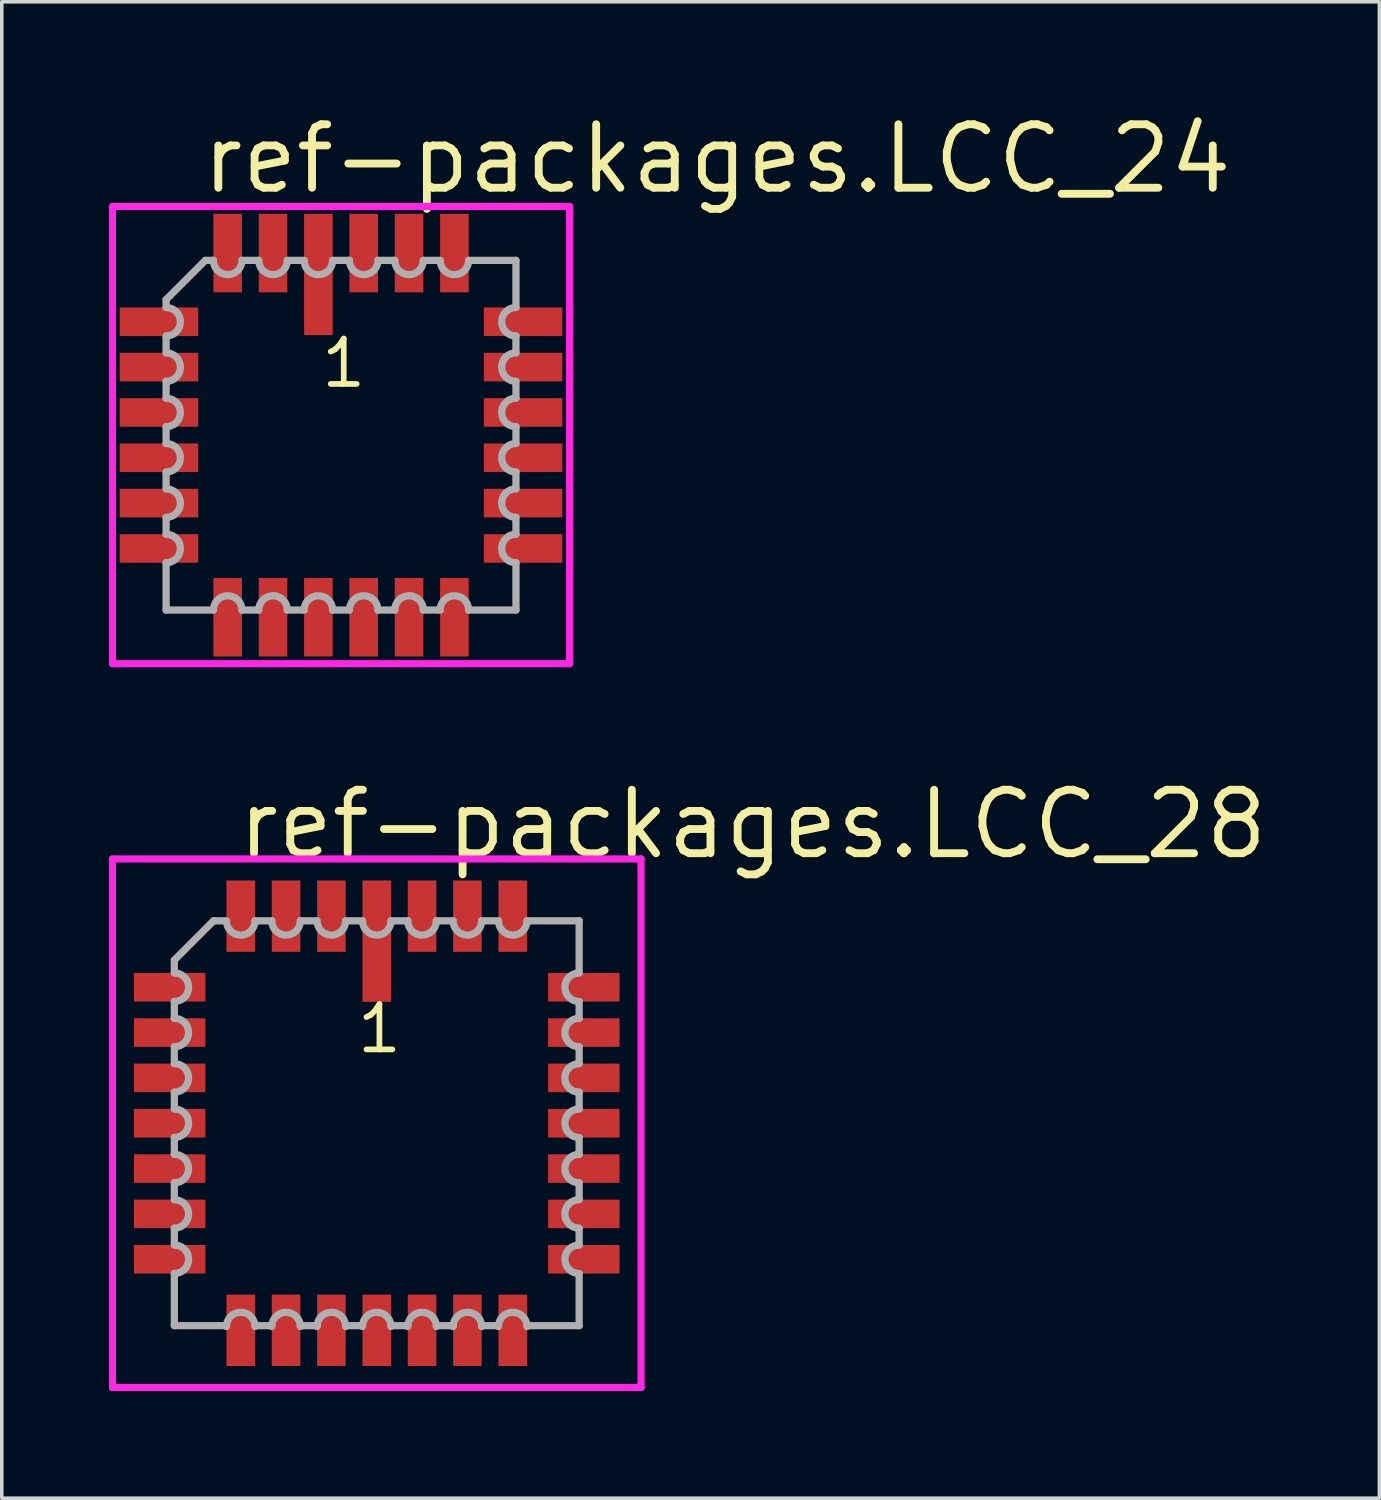
<source format=kicad_pcb>
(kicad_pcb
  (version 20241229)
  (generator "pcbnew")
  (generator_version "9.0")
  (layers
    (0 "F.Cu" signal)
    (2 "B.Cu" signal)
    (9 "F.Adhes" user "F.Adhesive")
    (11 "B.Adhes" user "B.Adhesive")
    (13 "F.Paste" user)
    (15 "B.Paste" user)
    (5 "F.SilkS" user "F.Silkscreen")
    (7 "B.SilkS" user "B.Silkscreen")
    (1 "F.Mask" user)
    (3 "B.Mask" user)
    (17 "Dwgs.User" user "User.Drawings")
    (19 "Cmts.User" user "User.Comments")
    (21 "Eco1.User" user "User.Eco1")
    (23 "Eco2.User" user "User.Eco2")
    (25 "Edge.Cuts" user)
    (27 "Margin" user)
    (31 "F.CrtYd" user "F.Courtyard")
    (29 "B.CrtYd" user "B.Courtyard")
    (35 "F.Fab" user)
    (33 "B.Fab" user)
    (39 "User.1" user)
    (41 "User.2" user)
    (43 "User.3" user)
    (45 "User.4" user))
  (footprint "ref-packages.LCC_28"
    (layer "F.Cu")
    (at 7.503 28.414)
    (property "Reference" "ref-packages.LCC_28" (at -4.005 -7.335 0) (layer "F.SilkS") (effects (font (size 1.778 1.778) (thickness 0.22)) (justify left bottom)))
    (attr smd)
    (fp_line (start -7.403 -7.403) (end 7.403 -7.403) (stroke (width 0.2) (type default)) (layer "F.CrtYd"))
    (fp_line (start -7.403 7.403) (end -7.403 -7.403) (stroke (width 0.2) (type default)) (layer "F.CrtYd"))
    (fp_line (start 7.403 -7.403) (end 7.403 7.403) (stroke (width 0.2) (type default)) (layer "F.CrtYd"))
    (fp_line (start 7.403 7.403) (end -7.403 7.403) (stroke (width 0.2) (type default)) (layer "F.CrtYd"))
    (fp_line (start -5.67 -4.57) (end -5.67 -4.21) (stroke (width 0.203) (type default)) (layer "F.Fab"))
    (fp_line (start -5.67 -3.41) (end -5.67 -2.94) (stroke (width 0.203) (type default)) (layer "F.Fab"))
    (fp_line (start -5.67 -2.14) (end -5.67 -1.67) (stroke (width 0.203) (type default)) (layer "F.Fab"))
    (fp_line (start -5.67 -0.87) (end -5.67 -0.4) (stroke (width 0.203) (type default)) (layer "F.Fab"))
    (fp_line (start -5.67 0.4) (end -5.67 0.87) (stroke (width 0.203) (type default)) (layer "F.Fab"))
    (fp_line (start -5.67 1.67) (end -5.67 2.14) (stroke (width 0.203) (type default)) (layer "F.Fab"))
    (fp_line (start -5.67 2.94) (end -5.67 3.41) (stroke (width 0.203) (type default)) (layer "F.Fab"))
    (fp_line (start -5.67 4.21) (end -5.67 5.67) (stroke (width 0.203) (type default)) (layer "F.Fab"))
    (fp_line (start -5.67 5.67) (end -4.21 5.67) (stroke (width 0.203) (type default)) (layer "F.Fab"))
    (fp_line (start -4.57 -5.67) (end -5.67 -4.57) (stroke (width 0.203) (type default)) (layer "F.Fab"))
    (fp_line (start -4.21 -5.67) (end -4.57 -5.67) (stroke (width 0.203) (type default)) (layer "F.Fab"))
    (fp_line (start -3.41 5.67) (end -2.94 5.67) (stroke (width 0.203) (type default)) (layer "F.Fab"))
    (fp_line (start -2.94 -5.67) (end -3.41 -5.67) (stroke (width 0.203) (type default)) (layer "F.Fab"))
    (fp_line (start -2.14 5.67) (end -1.67 5.67) (stroke (width 0.203) (type default)) (layer "F.Fab"))
    (fp_line (start -1.67 -5.67) (end -2.14 -5.67) (stroke (width 0.203) (type default)) (layer "F.Fab"))
    (fp_line (start -0.87 5.67) (end -0.4 5.67) (stroke (width 0.203) (type default)) (layer "F.Fab"))
    (fp_line (start -0.4 -5.67) (end -0.87 -5.67) (stroke (width 0.203) (type default)) (layer "F.Fab"))
    (fp_line (start 0.4 5.67) (end 0.87 5.67) (stroke (width 0.203) (type default)) (layer "F.Fab"))
    (fp_line (start 0.87 -5.67) (end 0.4 -5.67) (stroke (width 0.203) (type default)) (layer "F.Fab"))
    (fp_line (start 1.67 5.67) (end 2.14 5.67) (stroke (width 0.203) (type default)) (layer "F.Fab"))
    (fp_line (start 2.14 -5.67) (end 1.67 -5.67) (stroke (width 0.203) (type default)) (layer "F.Fab"))
    (fp_line (start 2.94 5.67) (end 3.41 5.67) (stroke (width 0.203) (type default)) (layer "F.Fab"))
    (fp_line (start 3.41 -5.67) (end 2.94 -5.67) (stroke (width 0.203) (type default)) (layer "F.Fab"))
    (fp_line (start 4.21 5.67) (end 5.67 5.67) (stroke (width 0.203) (type default)) (layer "F.Fab"))
    (fp_line (start 5.67 -5.67) (end 4.21 -5.67) (stroke (width 0.203) (type default)) (layer "F.Fab"))
    (fp_line (start 5.67 -4.21) (end 5.67 -5.67) (stroke (width 0.203) (type default)) (layer "F.Fab"))
    (fp_line (start 5.67 -2.94) (end 5.67 -3.41) (stroke (width 0.203) (type default)) (layer "F.Fab"))
    (fp_line (start 5.67 -1.67) (end 5.67 -2.14) (stroke (width 0.203) (type default)) (layer "F.Fab"))
    (fp_line (start 5.67 -0.4) (end 5.67 -0.87) (stroke (width 0.203) (type default)) (layer "F.Fab"))
    (fp_line (start 5.67 0.87) (end 5.67 0.4) (stroke (width 0.203) (type default)) (layer "F.Fab"))
    (fp_line (start 5.67 2.14) (end 5.67 1.67) (stroke (width 0.203) (type default)) (layer "F.Fab"))
    (fp_line (start 5.67 3.41) (end 5.67 2.94) (stroke (width 0.203) (type default)) (layer "F.Fab"))
    (fp_line (start 5.67 5.67) (end 5.67 4.21) (stroke (width 0.203) (type default)) (layer "F.Fab"))
    (fp_arc (start -5.6701 -4.21) (mid -5.2701 -3.81) (end -5.6701 -3.41) (stroke (width 0.2032) (type default)) (layer "F.Fab"))
    (fp_arc (start -5.6701 -2.94) (mid -5.2701 -2.54) (end -5.6701 -2.14) (stroke (width 0.2032) (type default)) (layer "F.Fab"))
    (fp_arc (start -5.6701 -1.67) (mid -5.2701 -1.27) (end -5.6701 -0.87) (stroke (width 0.2032) (type default)) (layer "F.Fab"))
    (fp_arc (start -5.6701 -0.4001) (mid -5.27 0) (end -5.6701 0.4001) (stroke (width 0.2032) (type default)) (layer "F.Fab"))
    (fp_arc (start -5.6701 0.8699) (mid -5.27 1.27) (end -5.6701 1.6701) (stroke (width 0.2032) (type default)) (layer "F.Fab"))
    (fp_arc (start -5.6701 2.1399) (mid -5.27 2.54) (end -5.6701 2.9401) (stroke (width 0.2032) (type default)) (layer "F.Fab"))
    (fp_arc (start -5.6701 3.4099) (mid -5.27 3.81) (end -5.6701 4.2101) (stroke (width 0.2032) (type default)) (layer "F.Fab"))
    (fp_arc (start -4.2101 5.6951) (mid -3.81 5.295) (end -3.4099 5.6951) (stroke (width 0.2032) (type default)) (layer "F.Fab"))
    (fp_arc (start -3.4099 -5.6701) (mid -3.81 -5.27) (end -4.2101 -5.6701) (stroke (width 0.2032) (type default)) (layer "F.Fab"))
    (fp_arc (start -2.9401 5.6951) (mid -2.54 5.295) (end -2.1399 5.6951) (stroke (width 0.2032) (type default)) (layer "F.Fab"))
    (fp_arc (start -2.1399 -5.6701) (mid -2.54 -5.27) (end -2.9401 -5.6701) (stroke (width 0.2032) (type default)) (layer "F.Fab"))
    (fp_arc (start -1.6701 5.6951) (mid -1.27 5.295) (end -0.8699 5.6951) (stroke (width 0.2032) (type default)) (layer "F.Fab"))
    (fp_arc (start -0.8699 -5.6701) (mid -1.27 -5.27) (end -1.6701 -5.6701) (stroke (width 0.2032) (type default)) (layer "F.Fab"))
    (fp_arc (start -0.4001 5.6951) (mid 0 5.295) (end 0.4001 5.6951) (stroke (width 0.2032) (type default)) (layer "F.Fab"))
    (fp_arc (start 0.4001 -5.6701) (mid 0 -5.27) (end -0.4001 -5.6701) (stroke (width 0.2032) (type default)) (layer "F.Fab"))
    (fp_arc (start 0.87 5.6951) (mid 1.27 5.2951) (end 1.67 5.6951) (stroke (width 0.2032) (type default)) (layer "F.Fab"))
    (fp_arc (start 1.67 -5.6701) (mid 1.27 -5.2701) (end 0.87 -5.6701) (stroke (width 0.2032) (type default)) (layer "F.Fab"))
    (fp_arc (start 2.14 5.6951) (mid 2.54 5.2951) (end 2.94 5.6951) (stroke (width 0.2032) (type default)) (layer "F.Fab"))
    (fp_arc (start 2.94 -5.6701) (mid 2.54 -5.2701) (end 2.14 -5.6701) (stroke (width 0.2032) (type default)) (layer "F.Fab"))
    (fp_arc (start 3.41 5.6951) (mid 3.81 5.2951) (end 4.21 5.6951) (stroke (width 0.2032) (type default)) (layer "F.Fab"))
    (fp_arc (start 4.21 -5.6701) (mid 3.81 -5.2701) (end 3.41 -5.6701) (stroke (width 0.2032) (type default)) (layer "F.Fab"))
    (fp_arc (start 5.6701 -3.4099) (mid 5.27 -3.81) (end 5.6701 -4.2101) (stroke (width 0.2032) (type default)) (layer "F.Fab"))
    (fp_arc (start 5.6701 -2.1399) (mid 5.27 -2.54) (end 5.6701 -2.9401) (stroke (width 0.2032) (type default)) (layer "F.Fab"))
    (fp_arc (start 5.6701 -0.8699) (mid 5.27 -1.27) (end 5.6701 -1.6701) (stroke (width 0.2032) (type default)) (layer "F.Fab"))
    (fp_arc (start 5.6701 0.4001) (mid 5.27 0) (end 5.6701 -0.4001) (stroke (width 0.2032) (type default)) (layer "F.Fab"))
    (fp_arc (start 5.6701 1.67) (mid 5.2701 1.27) (end 5.6701 0.87) (stroke (width 0.2032) (type default)) (layer "F.Fab"))
    (fp_arc (start 5.6701 2.94) (mid 5.2701 2.54) (end 5.6701 2.14) (stroke (width 0.2032) (type default)) (layer "F.Fab"))
    (fp_arc (start 5.6701 4.21) (mid 5.2701 3.81) (end 5.6701 3.41) (stroke (width 0.2032) (type default)) (layer "F.Fab"))
    (fp_text user "1" (at -0.635 -1.905 0) (layer "F.SilkS") (effects (font (size 1.27 1.27) (thickness 0.16)) (justify left bottom)))
    (pad "1" smd roundrect (at 0 -5.1) (size 0.8 3.4) (layers "F.Cu" "F.Mask" "F.Paste") (roundrect_rratio 0.01))
    (pad "2" smd roundrect (at -1.27 -5.8) (size 0.8 2) (layers "F.Cu" "F.Mask" "F.Paste") (roundrect_rratio 0.01))
    (pad "3" smd roundrect (at -2.54 -5.8) (size 0.8 2) (layers "F.Cu" "F.Mask" "F.Paste") (roundrect_rratio 0.01))
    (pad "4" smd roundrect (at -3.81 -5.8) (size 0.8 2) (layers "F.Cu" "F.Mask" "F.Paste") (roundrect_rratio 0.01))
    (pad "5" smd roundrect (at -5.8 -3.81) (size 2 0.8) (layers "F.Cu" "F.Mask" "F.Paste") (roundrect_rratio 0.01))
    (pad "6" smd roundrect (at -5.8 -2.54) (size 2 0.8) (layers "F.Cu" "F.Mask" "F.Paste") (roundrect_rratio 0.01))
    (pad "7" smd roundrect (at -5.8 -1.27) (size 2 0.8) (layers "F.Cu" "F.Mask" "F.Paste") (roundrect_rratio 0.01))
    (pad "8" smd roundrect (at -5.8 0) (size 2 0.8) (layers "F.Cu" "F.Mask" "F.Paste") (roundrect_rratio 0.01))
    (pad "9" smd roundrect (at -5.8 1.27) (size 2 0.8) (layers "F.Cu" "F.Mask" "F.Paste") (roundrect_rratio 0.01))
    (pad "10" smd roundrect (at -5.8 2.54) (size 2 0.8) (layers "F.Cu" "F.Mask" "F.Paste") (roundrect_rratio 0.01))
    (pad "11" smd roundrect (at -5.8 3.81) (size 2 0.8) (layers "F.Cu" "F.Mask" "F.Paste") (roundrect_rratio 0.01))
    (pad "12" smd roundrect (at -3.81 5.8) (size 0.8 2) (layers "F.Cu" "F.Mask" "F.Paste") (roundrect_rratio 0.01))
    (pad "13" smd roundrect (at -2.54 5.8) (size 0.8 2) (layers "F.Cu" "F.Mask" "F.Paste") (roundrect_rratio 0.01))
    (pad "14" smd roundrect (at -1.27 5.8) (size 0.8 2) (layers "F.Cu" "F.Mask" "F.Paste") (roundrect_rratio 0.01))
    (pad "15" smd roundrect (at 0 5.8) (size 0.8 2) (layers "F.Cu" "F.Mask" "F.Paste") (roundrect_rratio 0.01))
    (pad "16" smd roundrect (at 1.27 5.8) (size 0.8 2) (layers "F.Cu" "F.Mask" "F.Paste") (roundrect_rratio 0.01))
    (pad "17" smd roundrect (at 2.54 5.8) (size 0.8 2) (layers "F.Cu" "F.Mask" "F.Paste") (roundrect_rratio 0.01))
    (pad "18" smd roundrect (at 3.81 5.8) (size 0.8 2) (layers "F.Cu" "F.Mask" "F.Paste") (roundrect_rratio 0.01))
    (pad "19" smd roundrect (at 5.8 3.81) (size 2 0.8) (layers "F.Cu" "F.Mask" "F.Paste") (roundrect_rratio 0.01))
    (pad "20" smd roundrect (at 5.8 2.54) (size 2 0.8) (layers "F.Cu" "F.Mask" "F.Paste") (roundrect_rratio 0.01))
    (pad "21" smd roundrect (at 5.8 1.27) (size 2 0.8) (layers "F.Cu" "F.Mask" "F.Paste") (roundrect_rratio 0.01))
    (pad "22" smd roundrect (at 5.8 0) (size 2 0.8) (layers "F.Cu" "F.Mask" "F.Paste") (roundrect_rratio 0.01))
    (pad "23" smd roundrect (at 5.8 -1.27) (size 2 0.8) (layers "F.Cu" "F.Mask" "F.Paste") (roundrect_rratio 0.01))
    (pad "24" smd roundrect (at 5.8 -2.54) (size 2 0.8) (layers "F.Cu" "F.Mask" "F.Paste") (roundrect_rratio 0.01))
    (pad "25" smd roundrect (at 5.8 -3.81) (size 2 0.8) (layers "F.Cu" "F.Mask" "F.Paste") (roundrect_rratio 0.01))
    (pad "26" smd roundrect (at 3.81 -5.8) (size 0.8 2) (layers "F.Cu" "F.Mask" "F.Paste") (roundrect_rratio 0.01))
    (pad "27" smd roundrect (at 2.54 -5.8) (size 0.8 2) (layers "F.Cu" "F.Mask" "F.Paste") (roundrect_rratio 0.01))
    (pad "28" smd roundrect (at 1.27 -5.8) (size 0.8 2) (layers "F.Cu" "F.Mask" "F.Paste") (roundrect_rratio 0.01)))
  (footprint "ref-packages.LCC_24"
    (layer "F.Cu")
    (at 6.503 9.138)
    (property "Reference" "ref-packages.LCC_24" (at -4.005 -6.7 0) (layer "F.SilkS") (effects (font (size 1.778 1.778) (thickness 0.22)) (justify left bottom)))
    (attr smd)
    (fp_line (start -6.403 -6.403) (end 6.403 -6.403) (stroke (width 0.2) (type default)) (layer "F.CrtYd"))
    (fp_line (start -6.403 6.403) (end -6.403 -6.403) (stroke (width 0.2) (type default)) (layer "F.CrtYd"))
    (fp_line (start 6.403 -6.403) (end 6.403 6.403) (stroke (width 0.2) (type default)) (layer "F.CrtYd"))
    (fp_line (start 6.403 6.403) (end -6.403 6.403) (stroke (width 0.2) (type default)) (layer "F.CrtYd"))
    (fp_line (start -4.9 -3.795) (end -4.9 -3.575) (stroke (width 0.203) (type default)) (layer "F.Fab"))
    (fp_line (start -4.9 -2.775) (end -4.9 -2.305) (stroke (width 0.203) (type default)) (layer "F.Fab"))
    (fp_line (start -4.9 -1.505) (end -4.9 -1.035) (stroke (width 0.203) (type default)) (layer "F.Fab"))
    (fp_line (start -4.9 -0.235) (end -4.9 0.235) (stroke (width 0.203) (type default)) (layer "F.Fab"))
    (fp_line (start -4.9 1.035) (end -4.9 1.505) (stroke (width 0.203) (type default)) (layer "F.Fab"))
    (fp_line (start -4.9 2.305) (end -4.9 2.775) (stroke (width 0.203) (type default)) (layer "F.Fab"))
    (fp_line (start -4.9 3.575) (end -4.9 4.9) (stroke (width 0.203) (type default)) (layer "F.Fab"))
    (fp_line (start -4.9 4.9) (end -3.575 4.9) (stroke (width 0.203) (type default)) (layer "F.Fab"))
    (fp_line (start -3.8 -4.895) (end -4.9 -3.795) (stroke (width 0.203) (type default)) (layer "F.Fab"))
    (fp_line (start -3.575 -4.895) (end -3.8 -4.895) (stroke (width 0.203) (type default)) (layer "F.Fab"))
    (fp_line (start -2.775 4.9) (end -2.305 4.9) (stroke (width 0.203) (type default)) (layer "F.Fab"))
    (fp_line (start -2.305 -4.895) (end -2.775 -4.895) (stroke (width 0.203) (type default)) (layer "F.Fab"))
    (fp_line (start -1.505 4.9) (end -1.035 4.9) (stroke (width 0.203) (type default)) (layer "F.Fab"))
    (fp_line (start -1.035 -4.895) (end -1.505 -4.895) (stroke (width 0.203) (type default)) (layer "F.Fab"))
    (fp_line (start -0.235 4.9) (end 0.235 4.9) (stroke (width 0.203) (type default)) (layer "F.Fab"))
    (fp_line (start 0.235 -4.895) (end -0.235 -4.895) (stroke (width 0.203) (type default)) (layer "F.Fab"))
    (fp_line (start 1.035 4.9) (end 1.505 4.9) (stroke (width 0.203) (type default)) (layer "F.Fab"))
    (fp_line (start 1.505 -4.895) (end 1.035 -4.895) (stroke (width 0.203) (type default)) (layer "F.Fab"))
    (fp_line (start 2.305 4.9) (end 2.775 4.9) (stroke (width 0.203) (type default)) (layer "F.Fab"))
    (fp_line (start 2.775 -4.895) (end 2.305 -4.895) (stroke (width 0.203) (type default)) (layer "F.Fab"))
    (fp_line (start 3.575 4.9) (end 4.9 4.9) (stroke (width 0.203) (type default)) (layer "F.Fab"))
    (fp_line (start 4.9 -4.895) (end 3.575 -4.895) (stroke (width 0.203) (type default)) (layer "F.Fab"))
    (fp_line (start 4.9 -3.575) (end 4.9 -4.895) (stroke (width 0.203) (type default)) (layer "F.Fab"))
    (fp_line (start 4.9 -2.305) (end 4.9 -2.775) (stroke (width 0.203) (type default)) (layer "F.Fab"))
    (fp_line (start 4.9 -1.035) (end 4.9 -1.505) (stroke (width 0.203) (type default)) (layer "F.Fab"))
    (fp_line (start 4.9 0.235) (end 4.9 -0.235) (stroke (width 0.203) (type default)) (layer "F.Fab"))
    (fp_line (start 4.9 1.505) (end 4.9 1.035) (stroke (width 0.203) (type default)) (layer "F.Fab"))
    (fp_line (start 4.9 2.775) (end 4.9 2.305) (stroke (width 0.203) (type default)) (layer "F.Fab"))
    (fp_line (start 4.9 4.9) (end 4.9 3.575) (stroke (width 0.203) (type default)) (layer "F.Fab"))
    (fp_arc (start -4.9 -3.575) (mid -4.5 -3.175) (end -4.9 -2.775) (stroke (width 0.2032) (type default)) (layer "F.Fab"))
    (fp_arc (start -4.9 -2.305) (mid -4.5 -1.905) (end -4.9 -1.505) (stroke (width 0.2032) (type default)) (layer "F.Fab"))
    (fp_arc (start -4.9 -1.035) (mid -4.5 -0.635) (end -4.9 -0.235) (stroke (width 0.2032) (type default)) (layer "F.Fab"))
    (fp_arc (start -4.9 0.2349) (mid -4.4999 0.635) (end -4.9 1.0351) (stroke (width 0.2032) (type default)) (layer "F.Fab"))
    (fp_arc (start -4.9 1.5049) (mid -4.4999 1.905) (end -4.9 2.3051) (stroke (width 0.2032) (type default)) (layer "F.Fab"))
    (fp_arc (start -4.9 2.7749) (mid -4.4999 3.175) (end -4.9 3.5751) (stroke (width 0.2032) (type default)) (layer "F.Fab"))
    (fp_arc (start -3.5751 4.9) (mid -3.175 4.4999) (end -2.7749 4.9) (stroke (width 0.2032) (type default)) (layer "F.Fab"))
    (fp_arc (start -2.7749 -4.8949) (mid -3.175 -4.4948) (end -3.5751 -4.8949) (stroke (width 0.2032) (type default)) (layer "F.Fab"))
    (fp_arc (start -2.3051 4.9) (mid -1.905 4.4999) (end -1.5049 4.9) (stroke (width 0.2032) (type default)) (layer "F.Fab"))
    (fp_arc (start -1.5049 -4.8949) (mid -1.905 -4.4948) (end -2.3051 -4.8949) (stroke (width 0.2032) (type default)) (layer "F.Fab"))
    (fp_arc (start -1.0351 4.9) (mid -0.635 4.4999) (end -0.2349 4.9) (stroke (width 0.2032) (type default)) (layer "F.Fab"))
    (fp_arc (start -0.2349 -4.8949) (mid -0.635 -4.4948) (end -1.0351 -4.8949) (stroke (width 0.2032) (type default)) (layer "F.Fab"))
    (fp_arc (start 0.235 4.9) (mid 0.635 4.5) (end 1.035 4.9) (stroke (width 0.2032) (type default)) (layer "F.Fab"))
    (fp_arc (start 1.035 -4.8949) (mid 0.635 -4.4949) (end 0.235 -4.8949) (stroke (width 0.2032) (type default)) (layer "F.Fab"))
    (fp_arc (start 1.505 4.9) (mid 1.905 4.5) (end 2.305 4.9) (stroke (width 0.2032) (type default)) (layer "F.Fab"))
    (fp_arc (start 2.305 -4.8949) (mid 1.905 -4.4949) (end 1.505 -4.8949) (stroke (width 0.2032) (type default)) (layer "F.Fab"))
    (fp_arc (start 2.775 4.9) (mid 3.175 4.5) (end 3.575 4.9) (stroke (width 0.2032) (type default)) (layer "F.Fab"))
    (fp_arc (start 3.575 -4.8949) (mid 3.175 -4.4949) (end 2.775 -4.8949) (stroke (width 0.2032) (type default)) (layer "F.Fab"))
    (fp_arc (start 4.9 -2.7749) (mid 4.4999 -3.175) (end 4.9 -3.5751) (stroke (width 0.2032) (type default)) (layer "F.Fab"))
    (fp_arc (start 4.9 -1.5049) (mid 4.4999 -1.905) (end 4.9 -2.3051) (stroke (width 0.2032) (type default)) (layer "F.Fab"))
    (fp_arc (start 4.9 -0.2349) (mid 4.4999 -0.635) (end 4.9 -1.0351) (stroke (width 0.2032) (type default)) (layer "F.Fab"))
    (fp_arc (start 4.9 1.035) (mid 4.5 0.635) (end 4.9 0.235) (stroke (width 0.2032) (type default)) (layer "F.Fab"))
    (fp_arc (start 4.9 2.305) (mid 4.5 1.905) (end 4.9 1.505) (stroke (width 0.2032) (type default)) (layer "F.Fab"))
    (fp_arc (start 4.9 3.575) (mid 4.5 3.175) (end 4.9 2.775) (stroke (width 0.2032) (type default)) (layer "F.Fab"))
    (fp_text user "1" (at -0.635 -1.27 0) (layer "F.SilkS") (effects (font (size 1.27 1.27) (thickness 0.16)) (justify left bottom)))
    (pad "1" smd roundrect (at -0.635 -4.5) (size 0.8 3.4) (layers "F.Cu" "F.Mask" "F.Paste") (roundrect_rratio 0.01))
    (pad "2" smd roundrect (at -1.905 -5.1) (size 0.8 2.2) (layers "F.Cu" "F.Mask" "F.Paste") (roundrect_rratio 0.01))
    (pad "3" smd roundrect (at -3.175 -5.1) (size 0.8 2.2) (layers "F.Cu" "F.Mask" "F.Paste") (roundrect_rratio 0.01))
    (pad "4" smd roundrect (at -5.1 -3.175) (size 2.2 0.8) (layers "F.Cu" "F.Mask" "F.Paste") (roundrect_rratio 0.01))
    (pad "5" smd roundrect (at -5.1 -1.905) (size 2.2 0.8) (layers "F.Cu" "F.Mask" "F.Paste") (roundrect_rratio 0.01))
    (pad "6" smd roundrect (at -5.1 -0.635) (size 2.2 0.8) (layers "F.Cu" "F.Mask" "F.Paste") (roundrect_rratio 0.01))
    (pad "7" smd roundrect (at -5.1 0.635) (size 2.2 0.8) (layers "F.Cu" "F.Mask" "F.Paste") (roundrect_rratio 0.01))
    (pad "8" smd roundrect (at -5.1 1.905) (size 2.2 0.8) (layers "F.Cu" "F.Mask" "F.Paste") (roundrect_rratio 0.01))
    (pad "9" smd roundrect (at -5.1 3.175) (size 2.2 0.8) (layers "F.Cu" "F.Mask" "F.Paste") (roundrect_rratio 0.01))
    (pad "10" smd roundrect (at -3.175 5.1) (size 0.8 2.2) (layers "F.Cu" "F.Mask" "F.Paste") (roundrect_rratio 0.01))
    (pad "11" smd roundrect (at -1.905 5.1) (size 0.8 2.2) (layers "F.Cu" "F.Mask" "F.Paste") (roundrect_rratio 0.01))
    (pad "12" smd roundrect (at -0.635 5.1) (size 0.8 2.2) (layers "F.Cu" "F.Mask" "F.Paste") (roundrect_rratio 0.01))
    (pad "13" smd roundrect (at 0.635 5.1) (size 0.8 2.2) (layers "F.Cu" "F.Mask" "F.Paste") (roundrect_rratio 0.01))
    (pad "14" smd roundrect (at 1.905 5.1) (size 0.8 2.2) (layers "F.Cu" "F.Mask" "F.Paste") (roundrect_rratio 0.01))
    (pad "15" smd roundrect (at 3.175 5.1) (size 0.8 2.2) (layers "F.Cu" "F.Mask" "F.Paste") (roundrect_rratio 0.01))
    (pad "16" smd roundrect (at 5.1 3.175) (size 2.2 0.8) (layers "F.Cu" "F.Mask" "F.Paste") (roundrect_rratio 0.01))
    (pad "17" smd roundrect (at 5.1 1.905) (size 2.2 0.8) (layers "F.Cu" "F.Mask" "F.Paste") (roundrect_rratio 0.01))
    (pad "18" smd roundrect (at 5.1 0.635) (size 2.2 0.8) (layers "F.Cu" "F.Mask" "F.Paste") (roundrect_rratio 0.01))
    (pad "19" smd roundrect (at 5.1 -0.635) (size 2.2 0.8) (layers "F.Cu" "F.Mask" "F.Paste") (roundrect_rratio 0.01))
    (pad "20" smd roundrect (at 5.1 -1.905) (size 2.2 0.8) (layers "F.Cu" "F.Mask" "F.Paste") (roundrect_rratio 0.01))
    (pad "21" smd roundrect (at 5.1 -3.175) (size 2.2 0.8) (layers "F.Cu" "F.Mask" "F.Paste") (roundrect_rratio 0.01))
    (pad "22" smd roundrect (at 3.175 -5.1) (size 0.8 2.2) (layers "F.Cu" "F.Mask" "F.Paste") (roundrect_rratio 0.01))
    (pad "23" smd roundrect (at 1.905 -5.1) (size 0.8 2.2) (layers "F.Cu" "F.Mask" "F.Paste") (roundrect_rratio 0.01))
    (pad "24" smd roundrect (at 0.635 -5.1) (size 0.8 2.2) (layers "F.Cu" "F.Mask" "F.Paste") (roundrect_rratio 0.01)))
  (gr_rect
    (start -3 -3)
    (end 35.589 38.917)
    (stroke (width 0.1) (type default))
    (fill no)
    (layer "Edge.Cuts")))
</source>
